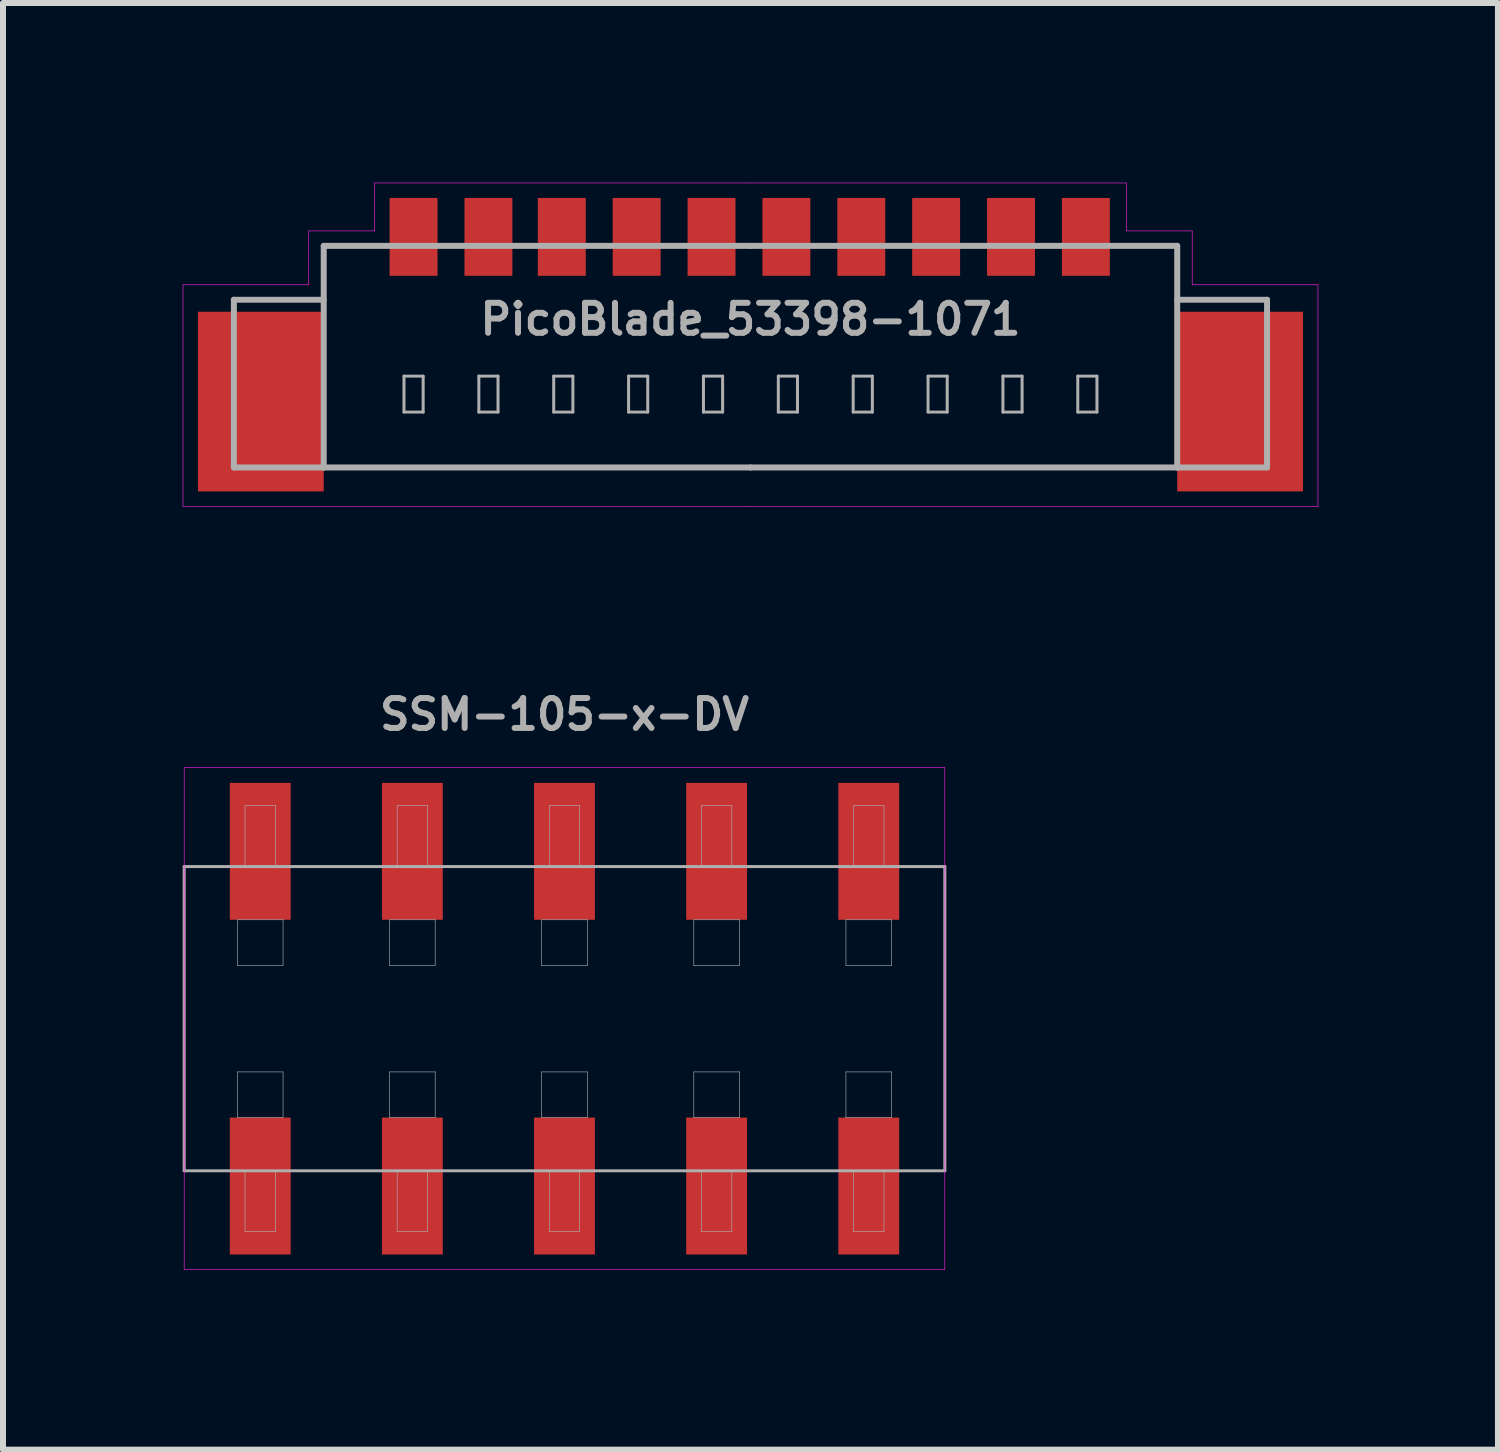
<source format=kicad_pcb>
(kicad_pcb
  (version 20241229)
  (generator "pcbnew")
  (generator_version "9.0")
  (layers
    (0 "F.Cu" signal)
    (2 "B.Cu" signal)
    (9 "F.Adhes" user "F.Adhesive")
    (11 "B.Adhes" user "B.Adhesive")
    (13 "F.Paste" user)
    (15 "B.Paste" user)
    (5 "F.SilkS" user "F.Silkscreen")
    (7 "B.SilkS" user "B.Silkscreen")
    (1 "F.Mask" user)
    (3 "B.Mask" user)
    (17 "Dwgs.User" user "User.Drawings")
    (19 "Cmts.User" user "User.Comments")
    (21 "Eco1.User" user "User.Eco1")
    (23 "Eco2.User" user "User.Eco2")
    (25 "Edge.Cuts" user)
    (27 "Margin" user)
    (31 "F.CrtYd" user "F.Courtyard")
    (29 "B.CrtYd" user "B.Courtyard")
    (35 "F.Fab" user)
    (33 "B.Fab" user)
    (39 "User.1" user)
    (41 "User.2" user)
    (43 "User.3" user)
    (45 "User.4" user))
  (footprint "SSM-105-x-DV"
    (layer "F.Cu")
    (at 6.375 13.958)
    (property "Reference" "SSM-105-x-DV" (at 0 -5.08 0) (layer "F.Fab") (effects (font (size 0.5 0.5) (thickness 0.1))))
    (attr smd)
    (fp_line (start -6.35 -4.191) (end 6.35 -4.191) (stroke (width 0.01) (type solid)) (layer "F.CrtYd"))
    (fp_line (start -6.35 4.191) (end -6.35 -4.191) (stroke (width 0.01) (type solid)) (layer "F.CrtYd"))
    (fp_line (start 6.35 -4.191) (end 6.35 4.191) (stroke (width 0.01) (type solid)) (layer "F.CrtYd"))
    (fp_line (start 6.35 4.191) (end -6.35 4.191) (stroke (width 0.01) (type solid)) (layer "F.CrtYd"))
    (fp_line (start -6.35 -2.54) (end 6.35 -2.54) (stroke (width 0.05) (type solid)) (layer "F.Fab"))
    (fp_line (start -6.35 2.54) (end -6.35 -2.54) (stroke (width 0.05) (type solid)) (layer "F.Fab"))
    (fp_line (start -5.461 -1.651) (end -4.699 -1.651) (stroke (width 0.01) (type solid)) (layer "F.Fab"))
    (fp_line (start -5.461 -0.889) (end -5.461 -1.651) (stroke (width 0.01) (type solid)) (layer "F.Fab"))
    (fp_line (start -5.461 0.889) (end -4.699 0.889) (stroke (width 0.01) (type solid)) (layer "F.Fab"))
    (fp_line (start -5.461 1.651) (end -5.461 0.889) (stroke (width 0.01) (type solid)) (layer "F.Fab"))
    (fp_line (start -5.334 -3.556) (end -5.334 -2.54) (stroke (width 0.01) (type solid)) (layer "F.Fab"))
    (fp_line (start -5.334 2.54) (end -5.334 3.556) (stroke (width 0.01) (type solid)) (layer "F.Fab"))
    (fp_line (start -5.334 3.556) (end -4.826 3.556) (stroke (width 0.01) (type solid)) (layer "F.Fab"))
    (fp_line (start -4.826 -3.556) (end -5.334 -3.556) (stroke (width 0.01) (type solid)) (layer "F.Fab"))
    (fp_line (start -4.826 -2.54) (end -4.826 -3.556) (stroke (width 0.01) (type solid)) (layer "F.Fab"))
    (fp_line (start -4.826 3.556) (end -4.826 2.54) (stroke (width 0.01) (type solid)) (layer "F.Fab"))
    (fp_line (start -4.699 -1.651) (end -4.699 -0.889) (stroke (width 0.01) (type solid)) (layer "F.Fab"))
    (fp_line (start -4.699 -0.889) (end -5.461 -0.889) (stroke (width 0.01) (type solid)) (layer "F.Fab"))
    (fp_line (start -4.699 0.889) (end -4.699 1.651) (stroke (width 0.01) (type solid)) (layer "F.Fab"))
    (fp_line (start -4.699 1.651) (end -5.461 1.651) (stroke (width 0.01) (type solid)) (layer "F.Fab"))
    (fp_line (start -2.921 -1.651) (end -2.159 -1.651) (stroke (width 0.01) (type solid)) (layer "F.Fab"))
    (fp_line (start -2.921 -0.889) (end -2.921 -1.651) (stroke (width 0.01) (type solid)) (layer "F.Fab"))
    (fp_line (start -2.921 0.889) (end -2.159 0.889) (stroke (width 0.01) (type solid)) (layer "F.Fab"))
    (fp_line (start -2.921 1.651) (end -2.921 0.889) (stroke (width 0.01) (type solid)) (layer "F.Fab"))
    (fp_line (start -2.794 -3.556) (end -2.794 -2.54) (stroke (width 0.01) (type solid)) (layer "F.Fab"))
    (fp_line (start -2.794 2.54) (end -2.794 3.556) (stroke (width 0.01) (type solid)) (layer "F.Fab"))
    (fp_line (start -2.794 3.556) (end -2.286 3.556) (stroke (width 0.01) (type solid)) (layer "F.Fab"))
    (fp_line (start -2.286 -3.556) (end -2.794 -3.556) (stroke (width 0.01) (type solid)) (layer "F.Fab"))
    (fp_line (start -2.286 -2.54) (end -2.286 -3.556) (stroke (width 0.01) (type solid)) (layer "F.Fab"))
    (fp_line (start -2.286 3.556) (end -2.286 2.54) (stroke (width 0.01) (type solid)) (layer "F.Fab"))
    (fp_line (start -2.159 -1.651) (end -2.159 -0.889) (stroke (width 0.01) (type solid)) (layer "F.Fab"))
    (fp_line (start -2.159 -0.889) (end -2.921 -0.889) (stroke (width 0.01) (type solid)) (layer "F.Fab"))
    (fp_line (start -2.159 0.889) (end -2.159 1.651) (stroke (width 0.01) (type solid)) (layer "F.Fab"))
    (fp_line (start -2.159 1.651) (end -2.921 1.651) (stroke (width 0.01) (type solid)) (layer "F.Fab"))
    (fp_line (start -0.381 -1.651) (end 0.381 -1.651) (stroke (width 0.01) (type solid)) (layer "F.Fab"))
    (fp_line (start -0.381 -0.889) (end -0.381 -1.651) (stroke (width 0.01) (type solid)) (layer "F.Fab"))
    (fp_line (start -0.381 0.889) (end 0.381 0.889) (stroke (width 0.01) (type solid)) (layer "F.Fab"))
    (fp_line (start -0.381 1.651) (end -0.381 0.889) (stroke (width 0.01) (type solid)) (layer "F.Fab"))
    (fp_line (start -0.254 -3.556) (end -0.254 -2.54) (stroke (width 0.01) (type solid)) (layer "F.Fab"))
    (fp_line (start -0.254 2.54) (end -0.254 3.556) (stroke (width 0.01) (type solid)) (layer "F.Fab"))
    (fp_line (start -0.254 3.556) (end 0.254 3.556) (stroke (width 0.01) (type solid)) (layer "F.Fab"))
    (fp_line (start 0.254 -3.556) (end -0.254 -3.556) (stroke (width 0.01) (type solid)) (layer "F.Fab"))
    (fp_line (start 0.254 -2.54) (end 0.254 -3.556) (stroke (width 0.01) (type solid)) (layer "F.Fab"))
    (fp_line (start 0.254 3.556) (end 0.254 2.54) (stroke (width 0.01) (type solid)) (layer "F.Fab"))
    (fp_line (start 0.381 -1.651) (end 0.381 -0.889) (stroke (width 0.01) (type solid)) (layer "F.Fab"))
    (fp_line (start 0.381 -0.889) (end -0.381 -0.889) (stroke (width 0.01) (type solid)) (layer "F.Fab"))
    (fp_line (start 0.381 0.889) (end 0.381 1.651) (stroke (width 0.01) (type solid)) (layer "F.Fab"))
    (fp_line (start 0.381 1.651) (end -0.381 1.651) (stroke (width 0.01) (type solid)) (layer "F.Fab"))
    (fp_line (start 2.159 -1.651) (end 2.921 -1.651) (stroke (width 0.01) (type solid)) (layer "F.Fab"))
    (fp_line (start 2.159 -0.889) (end 2.159 -1.651) (stroke (width 0.01) (type solid)) (layer "F.Fab"))
    (fp_line (start 2.159 0.889) (end 2.921 0.889) (stroke (width 0.01) (type solid)) (layer "F.Fab"))
    (fp_line (start 2.159 1.651) (end 2.159 0.889) (stroke (width 0.01) (type solid)) (layer "F.Fab"))
    (fp_line (start 2.286 -3.556) (end 2.286 -2.54) (stroke (width 0.01) (type solid)) (layer "F.Fab"))
    (fp_line (start 2.286 2.54) (end 2.286 3.556) (stroke (width 0.01) (type solid)) (layer "F.Fab"))
    (fp_line (start 2.286 3.556) (end 2.794 3.556) (stroke (width 0.01) (type solid)) (layer "F.Fab"))
    (fp_line (start 2.794 -3.556) (end 2.286 -3.556) (stroke (width 0.01) (type solid)) (layer "F.Fab"))
    (fp_line (start 2.794 -2.54) (end 2.794 -3.556) (stroke (width 0.01) (type solid)) (layer "F.Fab"))
    (fp_line (start 2.794 3.556) (end 2.794 2.54) (stroke (width 0.01) (type solid)) (layer "F.Fab"))
    (fp_line (start 2.921 -1.651) (end 2.921 -0.889) (stroke (width 0.01) (type solid)) (layer "F.Fab"))
    (fp_line (start 2.921 -0.889) (end 2.159 -0.889) (stroke (width 0.01) (type solid)) (layer "F.Fab"))
    (fp_line (start 2.921 0.889) (end 2.921 1.651) (stroke (width 0.01) (type solid)) (layer "F.Fab"))
    (fp_line (start 2.921 1.651) (end 2.159 1.651) (stroke (width 0.01) (type solid)) (layer "F.Fab"))
    (fp_line (start 4.699 -1.651) (end 5.461 -1.651) (stroke (width 0.01) (type solid)) (layer "F.Fab"))
    (fp_line (start 4.699 -0.889) (end 4.699 -1.651) (stroke (width 0.01) (type solid)) (layer "F.Fab"))
    (fp_line (start 4.699 0.889) (end 5.461 0.889) (stroke (width 0.01) (type solid)) (layer "F.Fab"))
    (fp_line (start 4.699 1.651) (end 4.699 0.889) (stroke (width 0.01) (type solid)) (layer "F.Fab"))
    (fp_line (start 4.826 -3.556) (end 4.826 -2.54) (stroke (width 0.01) (type solid)) (layer "F.Fab"))
    (fp_line (start 4.826 2.54) (end 4.826 3.556) (stroke (width 0.01) (type solid)) (layer "F.Fab"))
    (fp_line (start 4.826 3.556) (end 5.334 3.556) (stroke (width 0.01) (type solid)) (layer "F.Fab"))
    (fp_line (start 5.334 -3.556) (end 4.826 -3.556) (stroke (width 0.01) (type solid)) (layer "F.Fab"))
    (fp_line (start 5.334 -2.54) (end 5.334 -3.556) (stroke (width 0.01) (type solid)) (layer "F.Fab"))
    (fp_line (start 5.334 3.556) (end 5.334 2.54) (stroke (width 0.01) (type solid)) (layer "F.Fab"))
    (fp_line (start 5.461 -1.651) (end 5.461 -0.889) (stroke (width 0.01) (type solid)) (layer "F.Fab"))
    (fp_line (start 5.461 -0.889) (end 4.699 -0.889) (stroke (width 0.01) (type solid)) (layer "F.Fab"))
    (fp_line (start 5.461 0.889) (end 5.461 1.651) (stroke (width 0.01) (type solid)) (layer "F.Fab"))
    (fp_line (start 5.461 1.651) (end 4.699 1.651) (stroke (width 0.01) (type solid)) (layer "F.Fab"))
    (fp_line (start 6.35 -2.54) (end 6.35 2.54) (stroke (width 0.05) (type solid)) (layer "F.Fab"))
    (fp_line (start 6.35 2.54) (end -6.35 2.54) (stroke (width 0.05) (type solid)) (layer "F.Fab"))
    (pad "1" smd rect (at -5.08 2.794) (size 1.016 2.286) (layers "F.Cu" "F.Mask" "F.Paste"))
    (pad "2" smd rect (at -5.08 -2.794) (size 1.016 2.286) (layers "F.Cu" "F.Mask" "F.Paste"))
    (pad "3" smd rect (at -2.54 2.794) (size 1.016 2.286) (layers "F.Cu" "F.Mask" "F.Paste"))
    (pad "4" smd rect (at -2.54 -2.794) (size 1.016 2.286) (layers "F.Cu" "F.Mask" "F.Paste"))
    (pad "5" smd rect (at 0 2.794) (size 1.016 2.286) (layers "F.Cu" "F.Mask" "F.Paste"))
    (pad "6" smd rect (at 0 -2.794) (size 1.016 2.286) (layers "F.Cu" "F.Mask" "F.Paste"))
    (pad "7" smd rect (at 2.54 2.794) (size 1.016 2.286) (layers "F.Cu" "F.Mask" "F.Paste"))
    (pad "8" smd rect (at 2.54 -2.794) (size 1.016 2.286) (layers "F.Cu" "F.Mask" "F.Paste"))
    (pad "9" smd rect (at 5.08 2.794) (size 1.016 2.286) (layers "F.Cu" "F.Mask" "F.Paste"))
    (pad "10" smd rect (at 5.08 -2.794) (size 1.016 2.286) (layers "F.Cu" "F.Mask" "F.Paste")))
  (footprint "PicoBlade_53398-1071"
    (layer "F.Cu")
    (at 9.48 2.28)
    (property "Reference" "PicoBlade_53398-1071" (at 0 0 0) (layer "F.Fab") (effects (font (size 0.5 0.5) (thickness 0.1))))
    (attr smd)
    (fp_line (start -9.475 -0.575) (end -9.475 3.125) (stroke (width 0.01) (type solid)) (layer "F.CrtYd"))
    (fp_line (start -9.475 -0.575) (end -7.375 -0.575) (stroke (width 0.01) (type solid)) (layer "F.CrtYd"))
    (fp_line (start -9.475 3.125) (end 0 3.125) (stroke (width 0.01) (type solid)) (layer "F.CrtYd"))
    (fp_line (start -7.375 -0.575) (end -7.375 -1.475) (stroke (width 0.01) (type solid)) (layer "F.CrtYd"))
    (fp_line (start -6.275 -2.275) (end -6.275 -1.475) (stroke (width 0.01) (type solid)) (layer "F.CrtYd"))
    (fp_line (start -6.275 -1.475) (end -7.375 -1.475) (stroke (width 0.01) (type solid)) (layer "F.CrtYd"))
    (fp_line (start 0 -2.275) (end -6.275 -2.275) (stroke (width 0.01) (type solid)) (layer "F.CrtYd"))
    (fp_line (start 0 -2.275) (end 6.275 -2.275) (stroke (width 0.01) (type solid)) (layer "F.CrtYd"))
    (fp_line (start 6.275 -2.275) (end 6.275 -1.475) (stroke (width 0.01) (type solid)) (layer "F.CrtYd"))
    (fp_line (start 6.275 -1.475) (end 7.375 -1.475) (stroke (width 0.01) (type solid)) (layer "F.CrtYd"))
    (fp_line (start 7.375 -1.475) (end 7.375 -0.575) (stroke (width 0.01) (type solid)) (layer "F.CrtYd"))
    (fp_line (start 7.375 -0.575) (end 9.475 -0.575) (stroke (width 0.01) (type solid)) (layer "F.CrtYd"))
    (fp_line (start 9.475 -0.575) (end 9.475 3.125) (stroke (width 0.01) (type solid)) (layer "F.CrtYd"))
    (fp_line (start 9.475 3.125) (end 0 3.125) (stroke (width 0.01) (type solid)) (layer "F.CrtYd"))
    (fp_line (start -8.625 -0.325) (end -7.125 -0.325) (stroke (width 0.1) (type solid)) (layer "F.Fab"))
    (fp_line (start -8.625 2.475) (end -8.625 -0.325) (stroke (width 0.1) (type solid)) (layer "F.Fab"))
    (fp_line (start -7.125 -1.225) (end -7.125 2.475) (stroke (width 0.1) (type solid)) (layer "F.Fab"))
    (fp_line (start -7.125 2.475) (end -8.625 2.475) (stroke (width 0.1) (type solid)) (layer "F.Fab"))
    (fp_line (start -7.125 2.475) (end 0 2.475) (stroke (width 0.1) (type solid)) (layer "F.Fab"))
    (fp_line (start -5.785 0.95) (end -5.465 0.95) (stroke (width 0.05) (type solid)) (layer "F.Fab"))
    (fp_line (start -5.785 1.55) (end -5.785 0.95) (stroke (width 0.05) (type solid)) (layer "F.Fab"))
    (fp_line (start -5.465 1.55) (end -5.785 1.55) (stroke (width 0.05) (type solid)) (layer "F.Fab"))
    (fp_line (start -5.465 1.55) (end -5.465 0.95) (stroke (width 0.05) (type solid)) (layer "F.Fab"))
    (fp_line (start -4.535 0.95) (end -4.215 0.95) (stroke (width 0.05) (type solid)) (layer "F.Fab"))
    (fp_line (start -4.535 1.55) (end -4.535 0.95) (stroke (width 0.05) (type solid)) (layer "F.Fab"))
    (fp_line (start -4.215 1.55) (end -4.535 1.55) (stroke (width 0.05) (type solid)) (layer "F.Fab"))
    (fp_line (start -4.215 1.55) (end -4.215 0.95) (stroke (width 0.05) (type solid)) (layer "F.Fab"))
    (fp_line (start -3.285 0.95) (end -3.285 1.55) (stroke (width 0.05) (type solid)) (layer "F.Fab"))
    (fp_line (start -3.285 0.95) (end -2.965 0.95) (stroke (width 0.05) (type solid)) (layer "F.Fab"))
    (fp_line (start -2.965 0.95) (end -2.965 1.55) (stroke (width 0.05) (type solid)) (layer "F.Fab"))
    (fp_line (start -2.965 1.55) (end -3.285 1.55) (stroke (width 0.05) (type solid)) (layer "F.Fab"))
    (fp_line (start -2.035 0.95) (end -2.035 1.55) (stroke (width 0.05) (type solid)) (layer "F.Fab"))
    (fp_line (start -2.035 0.95) (end -1.715 0.95) (stroke (width 0.05) (type solid)) (layer "F.Fab"))
    (fp_line (start -1.715 0.95) (end -1.715 1.55) (stroke (width 0.05) (type solid)) (layer "F.Fab"))
    (fp_line (start -1.715 1.55) (end -2.035 1.55) (stroke (width 0.05) (type solid)) (layer "F.Fab"))
    (fp_line (start -0.785 0.95) (end -0.785 1.55) (stroke (width 0.05) (type solid)) (layer "F.Fab"))
    (fp_line (start -0.785 0.95) (end -0.465 0.95) (stroke (width 0.05) (type solid)) (layer "F.Fab"))
    (fp_line (start -0.465 0.95) (end -0.465 1.55) (stroke (width 0.05) (type solid)) (layer "F.Fab"))
    (fp_line (start -0.465 1.55) (end -0.785 1.55) (stroke (width 0.05) (type solid)) (layer "F.Fab"))
    (fp_line (start 0 -1.225) (end -7.125 -1.225) (stroke (width 0.1) (type solid)) (layer "F.Fab"))
    (fp_line (start 0 2.475) (end 7.125 2.475) (stroke (width 0.1) (type solid)) (layer "F.Fab"))
    (fp_line (start 0.465 0.95) (end 0.465 1.55) (stroke (width 0.05) (type solid)) (layer "F.Fab"))
    (fp_line (start 0.465 0.95) (end 0.785 0.95) (stroke (width 0.05) (type solid)) (layer "F.Fab"))
    (fp_line (start 0.785 0.95) (end 0.785 1.55) (stroke (width 0.05) (type solid)) (layer "F.Fab"))
    (fp_line (start 0.785 1.55) (end 0.465 1.55) (stroke (width 0.05) (type solid)) (layer "F.Fab"))
    (fp_line (start 1.715 0.95) (end 1.715 1.55) (stroke (width 0.05) (type solid)) (layer "F.Fab"))
    (fp_line (start 1.715 0.95) (end 2.035 0.95) (stroke (width 0.05) (type solid)) (layer "F.Fab"))
    (fp_line (start 2.035 0.95) (end 2.035 1.55) (stroke (width 0.05) (type solid)) (layer "F.Fab"))
    (fp_line (start 2.035 1.55) (end 1.715 1.55) (stroke (width 0.05) (type solid)) (layer "F.Fab"))
    (fp_line (start 2.965 0.95) (end 2.965 1.55) (stroke (width 0.05) (type solid)) (layer "F.Fab"))
    (fp_line (start 2.965 0.95) (end 3.285 0.95) (stroke (width 0.05) (type solid)) (layer "F.Fab"))
    (fp_line (start 3.285 0.95) (end 3.285 1.55) (stroke (width 0.05) (type solid)) (layer "F.Fab"))
    (fp_line (start 3.285 1.55) (end 2.965 1.55) (stroke (width 0.05) (type solid)) (layer "F.Fab"))
    (fp_line (start 4.215 0.95) (end 4.215 1.55) (stroke (width 0.05) (type solid)) (layer "F.Fab"))
    (fp_line (start 4.215 0.95) (end 4.535 0.95) (stroke (width 0.05) (type solid)) (layer "F.Fab"))
    (fp_line (start 4.535 0.95) (end 4.535 1.55) (stroke (width 0.05) (type solid)) (layer "F.Fab"))
    (fp_line (start 4.535 1.55) (end 4.215 1.55) (stroke (width 0.05) (type solid)) (layer "F.Fab"))
    (fp_line (start 5.465 0.95) (end 5.465 1.55) (stroke (width 0.05) (type solid)) (layer "F.Fab"))
    (fp_line (start 5.465 0.95) (end 5.785 0.95) (stroke (width 0.05) (type solid)) (layer "F.Fab"))
    (fp_line (start 5.785 0.95) (end 5.785 1.55) (stroke (width 0.05) (type solid)) (layer "F.Fab"))
    (fp_line (start 5.785 1.55) (end 5.465 1.55) (stroke (width 0.05) (type solid)) (layer "F.Fab"))
    (fp_line (start 7.125 -1.225) (end 0 -1.225) (stroke (width 0.1) (type solid)) (layer "F.Fab"))
    (fp_line (start 7.125 2.475) (end 7.125 -1.225) (stroke (width 0.1) (type solid)) (layer "F.Fab"))
    (fp_line (start 7.125 2.475) (end 8.625 2.475) (stroke (width 0.1) (type solid)) (layer "F.Fab"))
    (fp_line (start 8.625 -0.325) (end 7.125 -0.325) (stroke (width 0.1) (type solid)) (layer "F.Fab"))
    (fp_line (start 8.625 2.475) (end 8.625 -0.325) (stroke (width 0.1) (type solid)) (layer "F.Fab"))
    (pad "" smd rect (at -8.175 1.375) (size 2.1 3) (layers "F.Cu" "F.Mask" "F.Paste"))
    (pad "" smd rect (at 8.175 1.375) (size 2.1 3) (layers "F.Cu" "F.Mask" "F.Paste"))
    (pad "1" smd rect (at -5.625 -1.375) (size 0.8 1.3) (layers "F.Cu" "F.Mask" "F.Paste"))
    (pad "2" smd rect (at -4.375 -1.375) (size 0.8 1.3) (layers "F.Cu" "F.Mask" "F.Paste"))
    (pad "3" smd rect (at -3.15 -1.375) (size 0.8 1.3) (layers "F.Cu" "F.Mask" "F.Paste"))
    (pad "4" smd rect (at -1.9 -1.375) (size 0.8 1.3) (layers "F.Cu" "F.Mask" "F.Paste"))
    (pad "5" smd rect (at -0.65 -1.375) (size 0.8 1.3) (layers "F.Cu" "F.Mask" "F.Paste"))
    (pad "6" smd rect (at 0.6 -1.375) (size 0.8 1.3) (layers "F.Cu" "F.Mask" "F.Paste"))
    (pad "7" smd rect (at 1.85 -1.375) (size 0.8 1.3) (layers "F.Cu" "F.Mask" "F.Paste"))
    (pad "8" smd rect (at 3.1 -1.375) (size 0.8 1.3) (layers "F.Cu" "F.Mask" "F.Paste"))
    (pad "9" smd rect (at 4.35 -1.375) (size 0.8 1.3) (layers "F.Cu" "F.Mask" "F.Paste"))
    (pad "10" smd rect (at 5.6 -1.375) (size 0.8 1.3) (layers "F.Cu" "F.Mask" "F.Paste")))
  (gr_rect
    (start -3 -3)
    (end 21.96 21.154)
    (stroke (width 0.1) (type default))
    (fill no)
    (layer "Edge.Cuts")))
</source>
